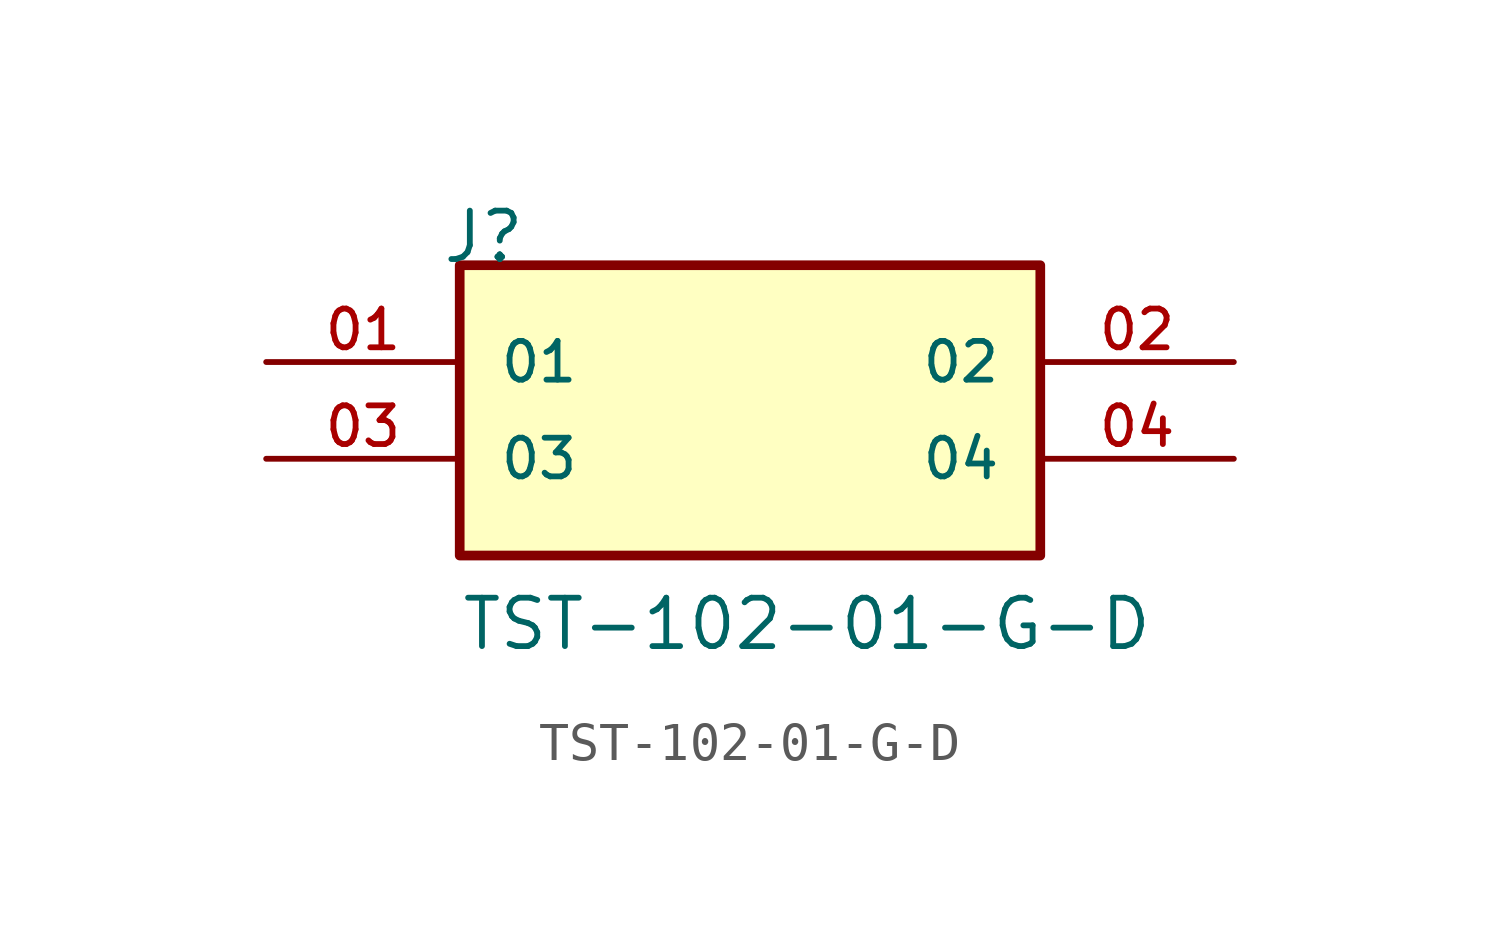
<source format=kicad_sym>
(kicad_symbol_lib
  (version 20211014)
  (generator kicad_symbol_editor)
  (symbol "TST-102-01-G-D"
    (pin_names
      (offset 1.016))
    (property "Reference" "J"
      (at -8.12 5.08 0)
      (effects (font (size 1.27 1.27)) (justify bottom left)))
    (property "Value" "TST-102-01-G-D"
      (at -7.62 -5.08 0)
      (effects (font (size 1.27 1.27)) (justify bottom left)))
    (symbol "TST-102-01-G-D_0_0"
      (rectangle (start -7.62 -2.54) (end 7.62 5.08) (stroke (width 0.254)) (fill (type background)))
      (pin passive line (at -12.7 2.54 0) (length 5.08) (name "01" (effects (font (size 1.016 1.016)))) (number "01" (effects (font (size 1.016 1.016)))))
      (pin passive line (at 12.7 2.54 180.0) (length 5.08) (name "02" (effects (font (size 1.016 1.016)))) (number "02" (effects (font (size 1.016 1.016)))))
      (pin passive line (at -12.7 0.0 0) (length 5.08) (name "03" (effects (font (size 1.016 1.016)))) (number "03" (effects (font (size 1.016 1.016)))))
      (pin passive line (at 12.7 0.0 180.0) (length 5.08) (name "04" (effects (font (size 1.016 1.016)))) (number "04" (effects (font (size 1.016 1.016))))))))
</source>
